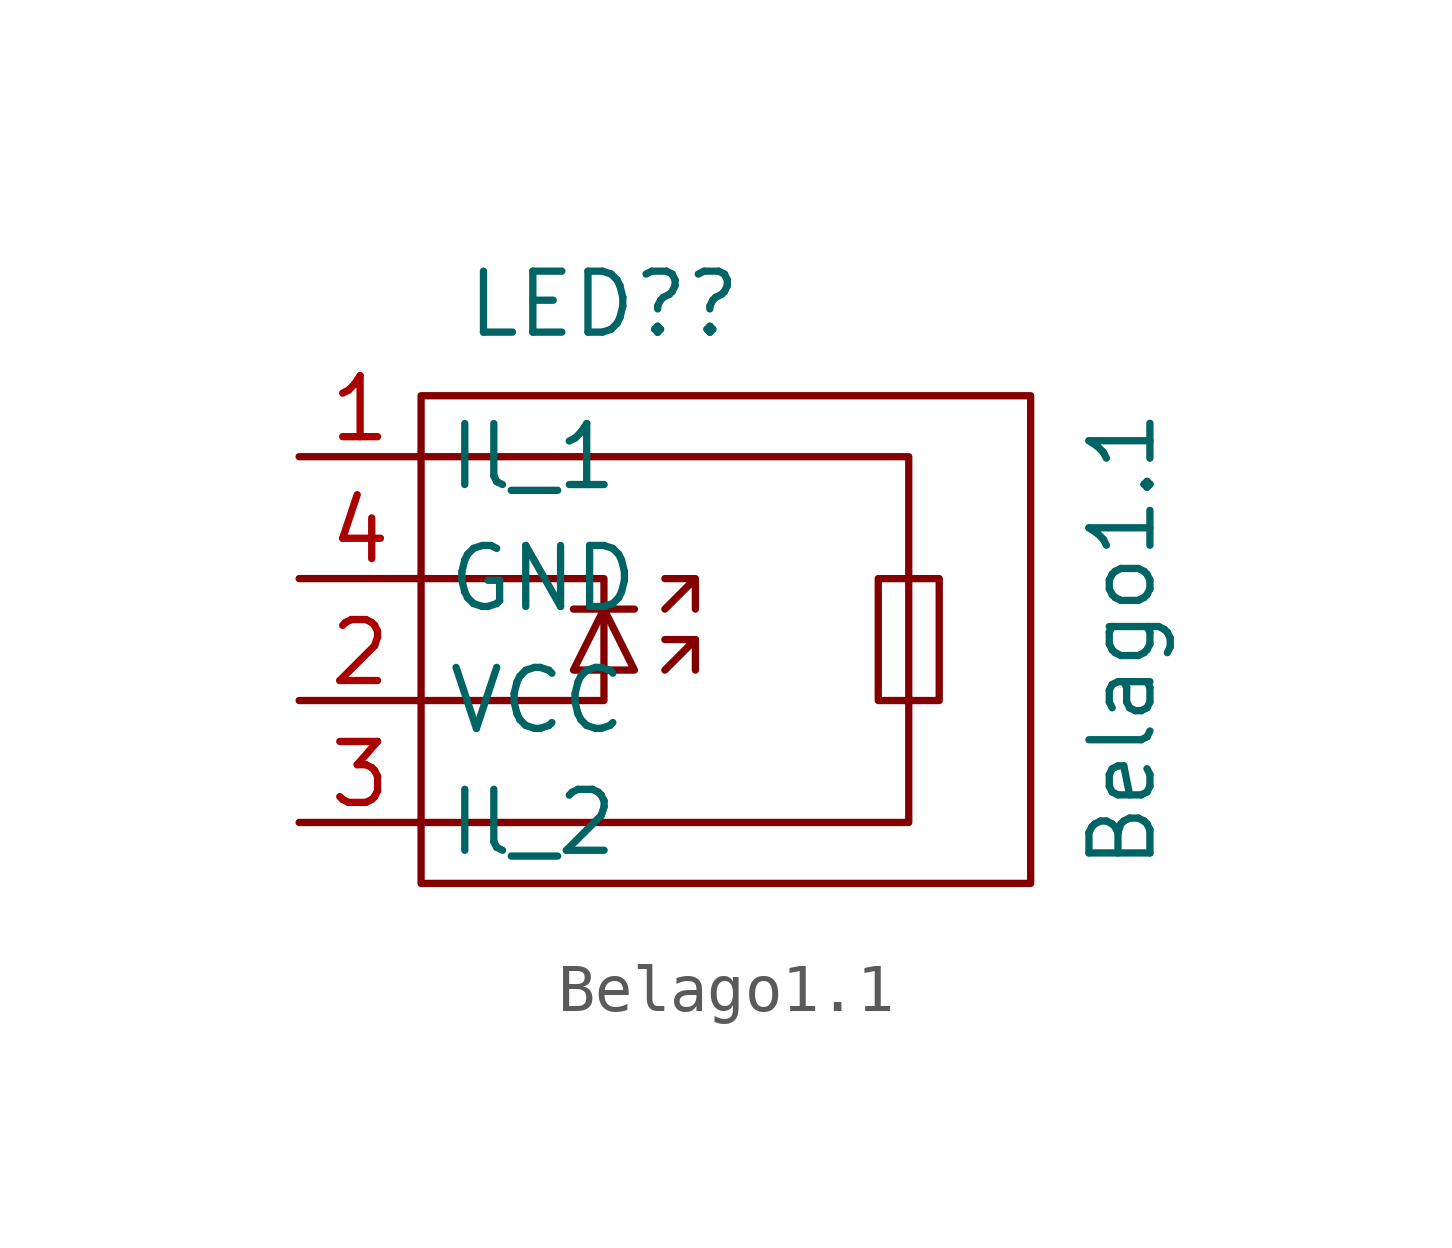
<source format=kicad_sym>
(kicad_symbol_lib
  (version 20210619)
  (generator kicad_symbol_editor)
  (symbol "Belago1.1:Belago1.1"
    (property "Reference" "LED?"
      (at 0 6.985 0)
      (effects (font (size 1.27 1.27))))
    (property "Value" "Belago1.1"
      (at 10.795 0 90)
      (effects (font (size 1.27 1.27))))
    (symbol "Belago1.1_0_1"
      (polyline (pts (xy -0.635 0.635) (xy 0.635 0.635)) (stroke (width 0.152)) (fill (type none)))
      (polyline (pts (xy 1.905 0) (xy 1.905 -0.635)) (stroke (width 0.152)) (fill (type none)))
      (polyline (pts (xy 1.27 -0.635) (xy 1.905 0) (xy 1.27 0)) (stroke (width 0.152)) (fill (type none)))
      (polyline (pts (xy -3.81 1.27) (xy 0 1.27) (xy 0 -1.27) (xy -3.81 -1.27)) (stroke (width 0.152)) (fill (type none)))
      (polyline (pts (xy 0 0.635) (xy -0.635 -0.635) (xy 0.635 -0.635) (xy 0 0.635)) (stroke (width 0.152)) (fill (type none)))
      (polyline (pts (xy 1.27 0.635) (xy 1.905 1.27) (xy 1.27 1.27) (xy 1.905 1.27) (xy 1.905 0.635)) (stroke (width 0.152)) (fill (type none)))
      (polyline (pts (xy 5.715 1.27) (xy 6.985 1.27) (xy 6.985 -1.27) (xy 5.715 -1.27) (xy 5.715 1.27)) (stroke (width 0.152)) (fill (type none)))
      (polyline (pts (xy -3.81 3.81) (xy 6.35 3.81) (xy 6.35 -3.81) (xy -3.81 -3.81) (xy -3.81 -5.08) (xy 8.89 -5.08) (xy 8.89 5.08) (xy -3.81 5.08) (xy -3.81 -3.81)) (stroke (width 0.152)) (fill (type none))))
    (symbol "Belago1.1_1_1"
      (pin passive line (at -6.35 3.81 0) (length 2.54) (name "Il_1" (effects (font (size 1.27 1.27)))) (number "1" (effects (font (size 1.27 1.27)))))
      (pin passive line (at -6.35 -1.27 0) (length 2.54) (name "VCC" (effects (font (size 1.27 1.27)))) (number "2" (effects (font (size 1.27 1.27)))))
      (pin passive line (at -6.35 -3.81 0) (length 2.54) (name "Il_2" (effects (font (size 1.27 1.27)))) (number "3" (effects (font (size 1.27 1.27)))))
      (pin passive line (at -6.35 1.27 0) (length 2.54) (name "GND" (effects (font (size 1.27 1.27)))) (number "4" (effects (font (size 1.27 1.27))))))))
</source>
